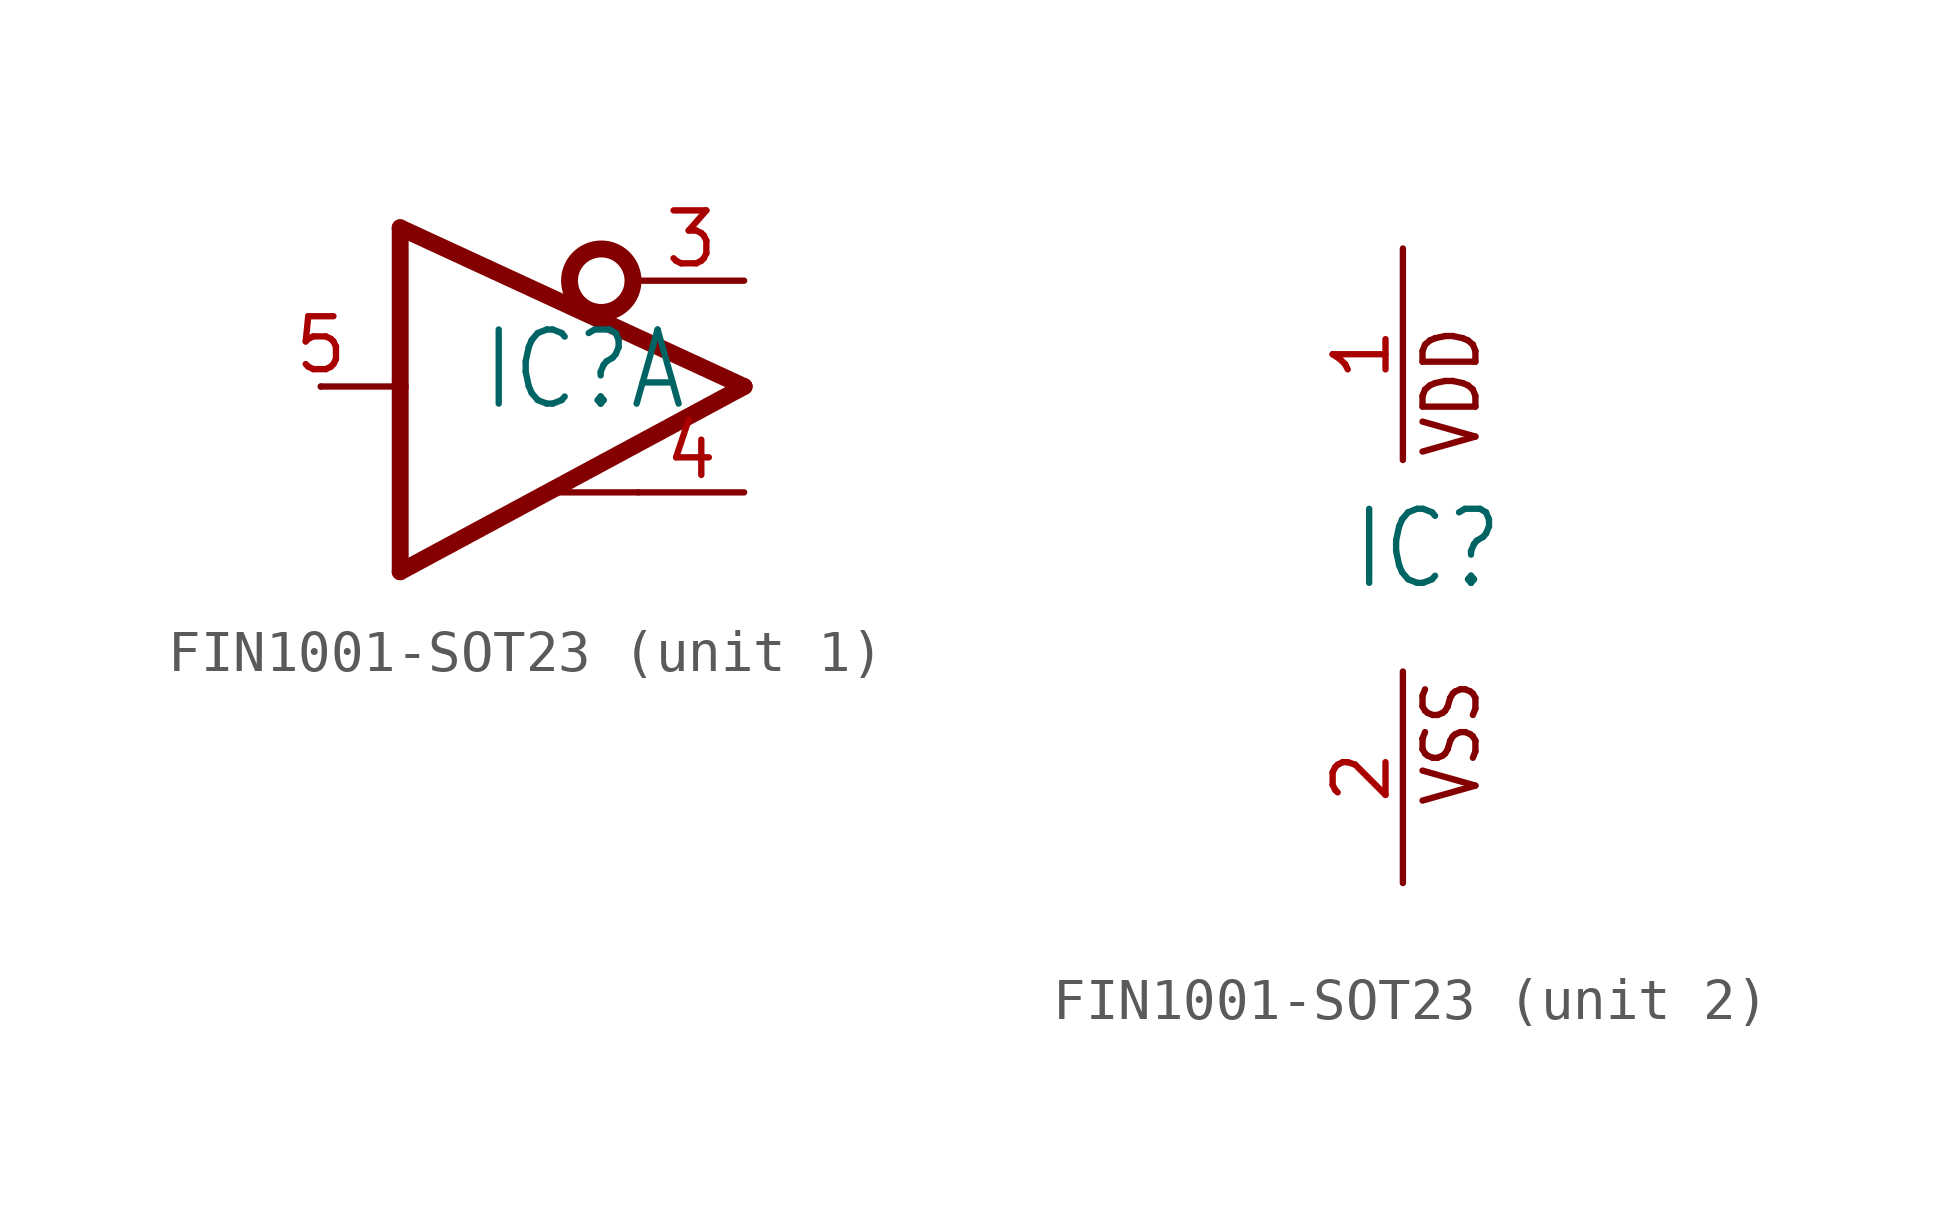
<source format=kicad_sym>
(kicad_symbol_lib
  (version 20211014)
  (generator kicad_symbol_editor)
  (symbol "FIN1001-SOT23"
    (property "Reference" "IC"
      (at -1.27 -0.635 0)
      (effects (font (size 1.778 1.511)) (justify left bottom)))
    (property "ki_locked" ""
      (at 0 0 0)
      (effects (font (size 1.27 1.27))))
    (symbol "FIN1001-SOT23_1_0"
      (polyline (pts (xy -5.08 0) (xy -3.175 0)) (stroke (width 0.152) (type default) (color 0 0 0 0)) (fill (type none)))
      (polyline (pts (xy -3.175 -4.445) (xy 5.08 0)) (stroke (width 0.406) (type default) (color 0 0 0 0)) (fill (type none)))
      (polyline (pts (xy -3.175 0) (xy -3.175 -4.445)) (stroke (width 0.406) (type default) (color 0 0 0 0)) (fill (type none)))
      (polyline (pts (xy -3.175 3.81) (xy -3.175 0)) (stroke (width 0.406) (type default) (color 0 0 0 0)) (fill (type none)))
      (polyline (pts (xy 0.635 -2.54) (xy 2.54 -2.54)) (stroke (width 0.152) (type default) (color 0 0 0 0)) (fill (type none)))
      (polyline (pts (xy 5.08 0) (xy -3.175 3.81)) (stroke (width 0.406) (type default) (color 0 0 0 0)) (fill (type none)))
      (circle (center 1.651 2.54) (radius 0.762) (stroke (width 0.406) (type default) (color 0 0 0 0)) (fill (type none)))
      (pin output line (at 5.08 2.54 180) (length 2.54) (name "DOUT-" (effects (font (size 0 0)))) (number "3" (effects (font (size 1.27 1.27)))))
      (pin output line (at 5.08 -2.54 180) (length 2.54) (name "DOUT+" (effects (font (size 0 0)))) (number "4" (effects (font (size 1.27 1.27)))))
      (pin input line (at -5.08 0 0) (length 0) (name "DIN" (effects (font (size 0 0)))) (number "5" (effects (font (size 1.27 1.27))))))
    (symbol "FIN1001-SOT23_2_0"
      (text "VDD" (at 1.905 2.54 900) (effects (font (size 1.27 1.079)) (justify left bottom)))
      (text "VSS" (at 1.905 -5.842 900) (effects (font (size 1.27 1.079)) (justify left bottom)))
      (pin power_in line (at 0 7.62 270) (length 5.08) (name "VDD" (effects (font (size 0 0)))) (number "1" (effects (font (size 1.27 1.27)))))
      (pin power_in line (at 0 -7.62 90) (length 5.08) (name "VSS" (effects (font (size 0 0)))) (number "2" (effects (font (size 1.27 1.27))))))))
</source>
